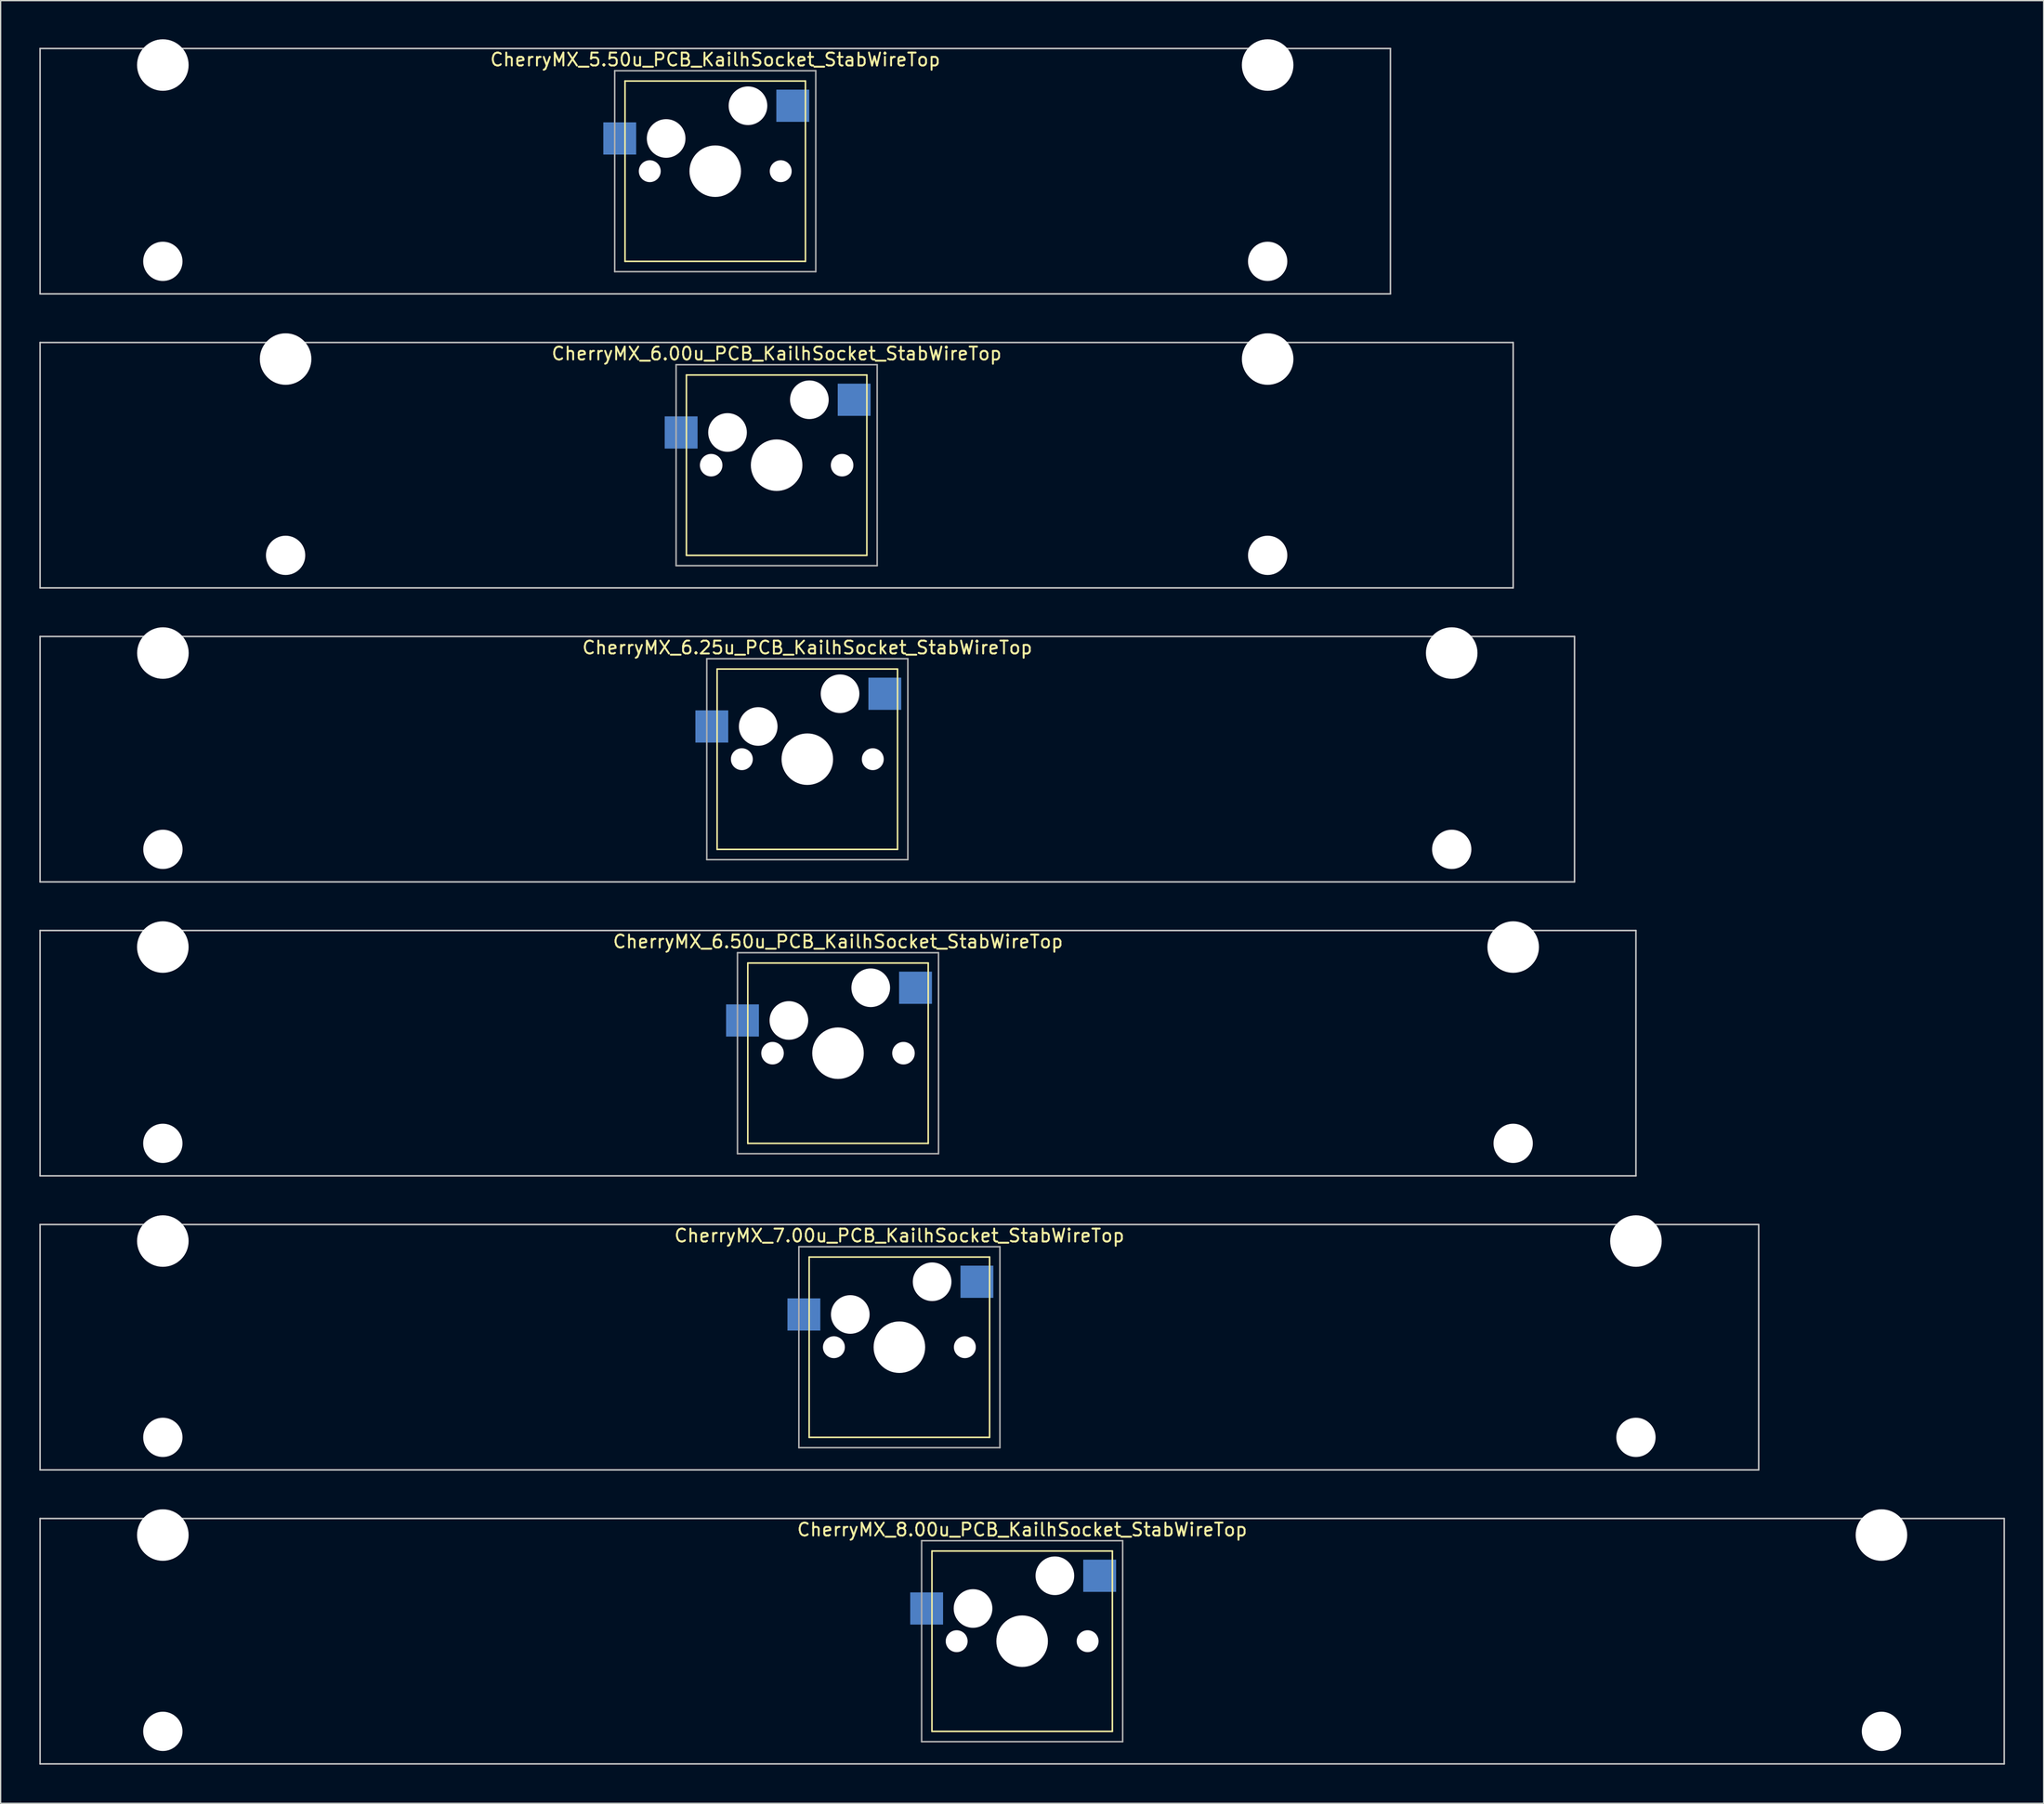
<source format=kicad_pcb>
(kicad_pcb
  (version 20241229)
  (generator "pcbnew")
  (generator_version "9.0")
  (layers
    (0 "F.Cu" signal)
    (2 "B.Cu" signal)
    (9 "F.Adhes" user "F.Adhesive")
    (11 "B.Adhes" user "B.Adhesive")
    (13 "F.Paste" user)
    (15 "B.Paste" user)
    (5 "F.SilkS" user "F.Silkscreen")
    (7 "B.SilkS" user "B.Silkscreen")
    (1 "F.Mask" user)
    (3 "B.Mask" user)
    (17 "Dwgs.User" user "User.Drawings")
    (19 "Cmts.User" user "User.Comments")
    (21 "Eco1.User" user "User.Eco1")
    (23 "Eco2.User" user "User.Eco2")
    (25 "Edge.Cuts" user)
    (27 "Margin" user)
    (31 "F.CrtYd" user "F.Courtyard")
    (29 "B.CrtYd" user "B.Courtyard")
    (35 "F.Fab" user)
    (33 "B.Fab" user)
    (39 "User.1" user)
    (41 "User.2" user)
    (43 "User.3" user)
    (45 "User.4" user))
  (footprint "CherryMX_6.50u_PCB_KailhSocket_StabWireTop"
    (layer "F.Cu")
    (at 61.972 78.715)
    (property "Reference" "CherryMX_6.50u_PCB_KailhSocket_StabWireTop" (at 0 -8.662 0) (layer "F.SilkS") (effects (font (size 1 1) (thickness 0.15))))
    (attr through_hole)
    (fp_line (start -7 -7) (end -7 7) (stroke (width 0.12) (type solid)) (layer "F.SilkS"))
    (fp_line (start -7 -7) (end 7 -7) (stroke (width 0.12) (type solid)) (layer "F.SilkS"))
    (fp_line (start 7 -7) (end 7 7) (stroke (width 0.12) (type solid)) (layer "F.SilkS"))
    (fp_line (start 7 7) (end -7 7) (stroke (width 0.12) (type solid)) (layer "F.SilkS"))
    (fp_line (start -61.913 -9.525) (end 61.913 -9.525) (stroke (width 0.12) (type solid)) (layer "Dwgs.User"))
    (fp_line (start -61.913 9.525) (end -61.913 -9.525) (stroke (width 0.12) (type solid)) (layer "Dwgs.User"))
    (fp_line (start 61.913 -9.525) (end 61.913 9.525) (stroke (width 0.12) (type solid)) (layer "Dwgs.User"))
    (fp_line (start 61.913 9.525) (end -61.913 9.525) (stroke (width 0.12) (type solid)) (layer "Dwgs.User"))
    (fp_line (start -7.8 -7.8) (end -7.8 7.8) (stroke (width 0.12) (type solid)) (layer "F.Fab"))
    (fp_line (start -7.8 -7.8) (end 7.8 -7.8) (stroke (width 0.12) (type solid)) (layer "F.Fab"))
    (fp_line (start -7.8 7.8) (end 7.8 7.8) (stroke (width 0.12) (type solid)) (layer "F.Fab"))
    (fp_line (start 7.8 -7.8) (end 7.8 7.8) (stroke (width 0.12) (type solid)) (layer "F.Fab"))
    (pad "" np_thru_hole circle (at -52.388 -8.24) (size 4 4) (drill 4) (layers "*.Cu" "*.Mask"))
    (pad "" np_thru_hole circle (at -52.388 7) (size 3.05 3.05) (drill 3.05) (layers "*.Cu" "*.Mask"))
    (pad "" np_thru_hole circle (at -5.08 0) (size 1.75 1.75) (drill 1.75) (layers "*.Cu" "*.Mask"))
    (pad "" np_thru_hole circle (at -3.81 -2.54) (size 3 3) (drill 3) (layers "*.Cu" "*.Mask"))
    (pad "" np_thru_hole circle (at 0 0) (size 4 4) (drill 4) (layers "*.Cu" "*.Mask"))
    (pad "" np_thru_hole circle (at 2.54 -5.08) (size 3 3) (drill 3) (layers "*.Cu" "*.Mask"))
    (pad "" np_thru_hole circle (at 5.08 0) (size 1.75 1.75) (drill 1.75) (layers "*.Cu" "*.Mask"))
    (pad "" np_thru_hole circle (at 52.388 -8.24) (size 4 4) (drill 4) (layers "*.Cu" "*.Mask"))
    (pad "" np_thru_hole circle (at 52.388 7) (size 3.05 3.05) (drill 3.05) (layers "*.Cu" "*.Mask"))
    (pad "1" smd rect (at -7.41 -2.54) (size 2.55 2.5) (layers "B.Cu" "B.Mask" "B.Paste"))
    (pad "2" smd rect (at 6.015 -5.08) (size 2.55 2.5) (layers "B.Cu" "B.Mask" "B.Paste")))
  (footprint "CherryMX_6.25u_PCB_KailhSocket_StabWireTop"
    (layer "F.Cu")
    (at 59.591 55.89)
    (property "Reference" "CherryMX_6.25u_PCB_KailhSocket_StabWireTop" (at 0 -8.662 0) (layer "F.SilkS") (effects (font (size 1 1) (thickness 0.15))))
    (attr through_hole)
    (fp_line (start -7 -7) (end -7 7) (stroke (width 0.12) (type solid)) (layer "F.SilkS"))
    (fp_line (start -7 -7) (end 7 -7) (stroke (width 0.12) (type solid)) (layer "F.SilkS"))
    (fp_line (start 7 -7) (end 7 7) (stroke (width 0.12) (type solid)) (layer "F.SilkS"))
    (fp_line (start 7 7) (end -7 7) (stroke (width 0.12) (type solid)) (layer "F.SilkS"))
    (fp_line (start -59.531 -9.525) (end 59.531 -9.525) (stroke (width 0.12) (type solid)) (layer "Dwgs.User"))
    (fp_line (start -59.531 9.525) (end -59.531 -9.525) (stroke (width 0.12) (type solid)) (layer "Dwgs.User"))
    (fp_line (start 59.531 -9.525) (end 59.531 9.525) (stroke (width 0.12) (type solid)) (layer "Dwgs.User"))
    (fp_line (start 59.531 9.525) (end -59.531 9.525) (stroke (width 0.12) (type solid)) (layer "Dwgs.User"))
    (fp_line (start -7.8 -7.8) (end -7.8 7.8) (stroke (width 0.12) (type solid)) (layer "F.Fab"))
    (fp_line (start -7.8 -7.8) (end 7.8 -7.8) (stroke (width 0.12) (type solid)) (layer "F.Fab"))
    (fp_line (start -7.8 7.8) (end 7.8 7.8) (stroke (width 0.12) (type solid)) (layer "F.Fab"))
    (fp_line (start 7.8 -7.8) (end 7.8 7.8) (stroke (width 0.12) (type solid)) (layer "F.Fab"))
    (pad "" np_thru_hole circle (at -50 -8.24) (size 4 4) (drill 4) (layers "*.Cu" "*.Mask"))
    (pad "" np_thru_hole circle (at -50 7) (size 3.05 3.05) (drill 3.05) (layers "*.Cu" "*.Mask"))
    (pad "" np_thru_hole circle (at -5.08 0) (size 1.7 1.7) (drill 1.7) (layers "*.Cu" "*.Mask"))
    (pad "" np_thru_hole circle (at -3.81 -2.54) (size 3 3) (drill 3) (layers "*.Cu" "*.Mask"))
    (pad "" np_thru_hole circle (at 0 0) (size 4 4) (drill 4) (layers "*.Cu" "*.Mask"))
    (pad "" np_thru_hole circle (at 2.54 -5.08) (size 3 3) (drill 3) (layers "*.Cu" "*.Mask"))
    (pad "" np_thru_hole circle (at 5.08 0) (size 1.7 1.7) (drill 1.7) (layers "*.Cu" "*.Mask"))
    (pad "" np_thru_hole circle (at 50 -8.24) (size 4 4) (drill 4) (layers "*.Cu" "*.Mask"))
    (pad "" np_thru_hole circle (at 50 7) (size 3.05 3.05) (drill 3.05) (layers "*.Cu" "*.Mask"))
    (pad "1" smd rect (at -7.41 -2.54) (size 2.55 2.5) (layers "B.Cu" "B.Mask" "B.Paste"))
    (pad "2" smd rect (at 6.015 -5.08) (size 2.55 2.5) (layers "B.Cu" "B.Mask" "B.Paste")))
  (footprint "CherryMX_5.50u_PCB_KailhSocket_StabWireTop"
    (layer "F.Cu")
    (at 52.447 10.24)
    (property "Reference" "CherryMX_5.50u_PCB_KailhSocket_StabWireTop" (at 0 -8.662 0) (layer "F.SilkS") (effects (font (size 1 1) (thickness 0.15))))
    (attr through_hole)
    (fp_line (start -7 -7) (end -7 7) (stroke (width 0.12) (type solid)) (layer "F.SilkS"))
    (fp_line (start -7 -7) (end 7 -7) (stroke (width 0.12) (type solid)) (layer "F.SilkS"))
    (fp_line (start 7 -7) (end 7 7) (stroke (width 0.12) (type solid)) (layer "F.SilkS"))
    (fp_line (start 7 7) (end -7 7) (stroke (width 0.12) (type solid)) (layer "F.SilkS"))
    (fp_line (start -52.388 -9.525) (end 52.388 -9.525) (stroke (width 0.12) (type solid)) (layer "Dwgs.User"))
    (fp_line (start -52.388 9.525) (end -52.388 -9.525) (stroke (width 0.12) (type solid)) (layer "Dwgs.User"))
    (fp_line (start 52.388 -9.525) (end 52.388 9.525) (stroke (width 0.12) (type solid)) (layer "Dwgs.User"))
    (fp_line (start 52.388 9.525) (end -52.388 9.525) (stroke (width 0.12) (type solid)) (layer "Dwgs.User"))
    (fp_line (start -7.8 -7.8) (end -7.8 7.8) (stroke (width 0.12) (type solid)) (layer "F.Fab"))
    (fp_line (start -7.8 -7.8) (end 7.8 -7.8) (stroke (width 0.12) (type solid)) (layer "F.Fab"))
    (fp_line (start -7.8 7.8) (end 7.8 7.8) (stroke (width 0.12) (type solid)) (layer "F.Fab"))
    (fp_line (start 7.8 -7.8) (end 7.8 7.8) (stroke (width 0.12) (type solid)) (layer "F.Fab"))
    (pad "" np_thru_hole circle (at -42.862 -8.24) (size 4 4) (drill 4) (layers "*.Cu" "*.Mask"))
    (pad "" np_thru_hole circle (at -42.862 7) (size 3.05 3.05) (drill 3.05) (layers "*.Cu" "*.Mask"))
    (pad "" np_thru_hole circle (at -5.08 0) (size 1.7 1.7) (drill 1.7) (layers "*.Cu" "*.Mask"))
    (pad "" np_thru_hole circle (at -3.81 -2.54) (size 3 3) (drill 3) (layers "*.Cu" "*.Mask"))
    (pad "" np_thru_hole circle (at 0 0) (size 4 4) (drill 4) (layers "*.Cu" "*.Mask"))
    (pad "" np_thru_hole circle (at 2.54 -5.08) (size 3 3) (drill 3) (layers "*.Cu" "*.Mask"))
    (pad "" np_thru_hole circle (at 5.08 0) (size 1.7 1.7) (drill 1.7) (layers "*.Cu" "*.Mask"))
    (pad "" np_thru_hole circle (at 42.862 -8.24) (size 4 4) (drill 4) (layers "*.Cu" "*.Mask"))
    (pad "" np_thru_hole circle (at 42.862 7) (size 3.05 3.05) (drill 3.05) (layers "*.Cu" "*.Mask"))
    (pad "1" smd rect (at -7.41 -2.54) (size 2.55 2.5) (layers "B.Cu" "B.Mask" "B.Paste"))
    (pad "2" smd rect (at 6.015 -5.08) (size 2.55 2.5) (layers "B.Cu" "B.Mask" "B.Paste")))
  (footprint "CherryMX_7.00u_PCB_KailhSocket_StabWireTop"
    (layer "F.Cu")
    (at 66.735 101.54)
    (property "Reference" "CherryMX_7.00u_PCB_KailhSocket_StabWireTop" (at 0 -8.662 0) (layer "F.SilkS") (effects (font (size 1 1) (thickness 0.15))))
    (attr through_hole)
    (fp_line (start -7 -7) (end -7 7) (stroke (width 0.12) (type solid)) (layer "F.SilkS"))
    (fp_line (start -7 -7) (end 7 -7) (stroke (width 0.12) (type solid)) (layer "F.SilkS"))
    (fp_line (start 7 -7) (end 7 7) (stroke (width 0.12) (type solid)) (layer "F.SilkS"))
    (fp_line (start 7 7) (end -7 7) (stroke (width 0.12) (type solid)) (layer "F.SilkS"))
    (fp_line (start -66.675 -9.525) (end 66.675 -9.525) (stroke (width 0.12) (type solid)) (layer "Dwgs.User"))
    (fp_line (start -66.675 9.525) (end -66.675 -9.525) (stroke (width 0.12) (type solid)) (layer "Dwgs.User"))
    (fp_line (start 66.675 -9.525) (end 66.675 9.525) (stroke (width 0.12) (type solid)) (layer "Dwgs.User"))
    (fp_line (start 66.675 9.525) (end -66.675 9.525) (stroke (width 0.12) (type solid)) (layer "Dwgs.User"))
    (fp_line (start -7.8 -7.8) (end -7.8 7.8) (stroke (width 0.12) (type solid)) (layer "F.Fab"))
    (fp_line (start -7.8 -7.8) (end 7.8 -7.8) (stroke (width 0.12) (type solid)) (layer "F.Fab"))
    (fp_line (start -7.8 7.8) (end 7.8 7.8) (stroke (width 0.12) (type solid)) (layer "F.Fab"))
    (fp_line (start 7.8 -7.8) (end 7.8 7.8) (stroke (width 0.12) (type solid)) (layer "F.Fab"))
    (pad "" np_thru_hole circle (at -57.15 -8.24) (size 4 4) (drill 4) (layers "*.Cu" "*.Mask"))
    (pad "" np_thru_hole circle (at -57.15 7) (size 3.05 3.05) (drill 3.05) (layers "*.Cu" "*.Mask"))
    (pad "" np_thru_hole circle (at -5.08 0) (size 1.7 1.7) (drill 1.7) (layers "*.Cu" "*.Mask"))
    (pad "" np_thru_hole circle (at -3.81 -2.54) (size 3 3) (drill 3) (layers "*.Cu" "*.Mask"))
    (pad "" np_thru_hole circle (at 0 0) (size 4 4) (drill 4) (layers "*.Cu" "*.Mask"))
    (pad "" np_thru_hole circle (at 2.54 -5.08) (size 3 3) (drill 3) (layers "*.Cu" "*.Mask"))
    (pad "" np_thru_hole circle (at 5.08 0) (size 1.7 1.7) (drill 1.7) (layers "*.Cu" "*.Mask"))
    (pad "" np_thru_hole circle (at 57.15 -8.24) (size 4 4) (drill 4) (layers "*.Cu" "*.Mask"))
    (pad "" np_thru_hole circle (at 57.15 7) (size 3.05 3.05) (drill 3.05) (layers "*.Cu" "*.Mask"))
    (pad "1" smd rect (at -7.41 -2.54) (size 2.55 2.5) (layers "B.Cu" "B.Mask" "B.Paste"))
    (pad "2" smd rect (at 6.015 -5.08) (size 2.55 2.5) (layers "B.Cu" "B.Mask" "B.Paste")))
  (footprint "CherryMX_8.00u_PCB_KailhSocket_StabWireTop"
    (layer "F.Cu")
    (at 76.26 124.365)
    (property "Reference" "CherryMX_8.00u_PCB_KailhSocket_StabWireTop" (at 0 -8.662 0) (layer "F.SilkS") (effects (font (size 1 1) (thickness 0.15))))
    (attr through_hole)
    (fp_line (start -7 -7) (end -7 7) (stroke (width 0.12) (type solid)) (layer "F.SilkS"))
    (fp_line (start -7 -7) (end 7 -7) (stroke (width 0.12) (type solid)) (layer "F.SilkS"))
    (fp_line (start 7 -7) (end 7 7) (stroke (width 0.12) (type solid)) (layer "F.SilkS"))
    (fp_line (start 7 7) (end -7 7) (stroke (width 0.12) (type solid)) (layer "F.SilkS"))
    (fp_line (start -76.2 -9.525) (end 76.2 -9.525) (stroke (width 0.12) (type solid)) (layer "Dwgs.User"))
    (fp_line (start -76.2 9.525) (end -76.2 -9.525) (stroke (width 0.12) (type solid)) (layer "Dwgs.User"))
    (fp_line (start 76.2 -9.525) (end 76.2 9.525) (stroke (width 0.12) (type solid)) (layer "Dwgs.User"))
    (fp_line (start 76.2 9.525) (end -76.2 9.525) (stroke (width 0.12) (type solid)) (layer "Dwgs.User"))
    (fp_line (start -7.8 -7.8) (end -7.8 7.8) (stroke (width 0.12) (type solid)) (layer "F.Fab"))
    (fp_line (start -7.8 -7.8) (end 7.8 -7.8) (stroke (width 0.12) (type solid)) (layer "F.Fab"))
    (fp_line (start -7.8 7.8) (end 7.8 7.8) (stroke (width 0.12) (type solid)) (layer "F.Fab"))
    (fp_line (start 7.8 -7.8) (end 7.8 7.8) (stroke (width 0.12) (type solid)) (layer "F.Fab"))
    (pad "" np_thru_hole circle (at -66.675 -8.24) (size 4 4) (drill 4) (layers "*.Cu" "*.Mask"))
    (pad "" np_thru_hole circle (at -66.675 7) (size 3.05 3.05) (drill 3.05) (layers "*.Cu" "*.Mask"))
    (pad "" np_thru_hole circle (at -5.08 0) (size 1.7 1.7) (drill 1.7) (layers "*.Cu" "*.Mask"))
    (pad "" np_thru_hole circle (at -3.81 -2.54) (size 3 3) (drill 3) (layers "*.Cu" "*.Mask"))
    (pad "" np_thru_hole circle (at 0 0) (size 4 4) (drill 4) (layers "*.Cu" "*.Mask"))
    (pad "" np_thru_hole circle (at 2.54 -5.08) (size 3 3) (drill 3) (layers "*.Cu" "*.Mask"))
    (pad "" np_thru_hole circle (at 5.08 0) (size 1.7 1.7) (drill 1.7) (layers "*.Cu" "*.Mask"))
    (pad "" np_thru_hole circle (at 66.675 -8.24) (size 4 4) (drill 4) (layers "*.Cu" "*.Mask"))
    (pad "" np_thru_hole circle (at 66.675 7) (size 3.05 3.05) (drill 3.05) (layers "*.Cu" "*.Mask"))
    (pad "1" smd rect (at -7.41 -2.54) (size 2.55 2.5) (layers "B.Cu" "B.Mask" "B.Paste"))
    (pad "2" smd rect (at 6.015 -5.08) (size 2.55 2.5) (layers "B.Cu" "B.Mask" "B.Paste")))
  (footprint "CherryMX_6.00u_PCB_KailhSocket_StabWireTop"
    (layer "F.Cu")
    (at 57.21 33.065)
    (property "Reference" "CherryMX_6.00u_PCB_KailhSocket_StabWireTop" (at 0 -8.662 0) (layer "F.SilkS") (effects (font (size 1 1) (thickness 0.15))))
    (attr through_hole)
    (fp_line (start -7 -7) (end -7 7) (stroke (width 0.12) (type solid)) (layer "F.SilkS"))
    (fp_line (start -7 -7) (end 7 -7) (stroke (width 0.12) (type solid)) (layer "F.SilkS"))
    (fp_line (start 7 -7) (end 7 7) (stroke (width 0.12) (type solid)) (layer "F.SilkS"))
    (fp_line (start 7 7) (end -7 7) (stroke (width 0.12) (type solid)) (layer "F.SilkS"))
    (fp_line (start -57.15 -9.525) (end 57.15 -9.525) (stroke (width 0.12) (type solid)) (layer "Dwgs.User"))
    (fp_line (start -57.15 9.525) (end -57.15 -9.525) (stroke (width 0.12) (type solid)) (layer "Dwgs.User"))
    (fp_line (start 57.15 -9.525) (end 57.15 9.525) (stroke (width 0.12) (type solid)) (layer "Dwgs.User"))
    (fp_line (start 57.15 9.525) (end -57.15 9.525) (stroke (width 0.12) (type solid)) (layer "Dwgs.User"))
    (fp_line (start -7.8 -7.8) (end -7.8 7.8) (stroke (width 0.12) (type solid)) (layer "F.Fab"))
    (fp_line (start -7.8 -7.8) (end 7.8 -7.8) (stroke (width 0.12) (type solid)) (layer "F.Fab"))
    (fp_line (start -7.8 7.8) (end 7.8 7.8) (stroke (width 0.12) (type solid)) (layer "F.Fab"))
    (fp_line (start 7.8 -7.8) (end 7.8 7.8) (stroke (width 0.12) (type solid)) (layer "F.Fab"))
    (pad "" np_thru_hole circle (at -38.1 -8.24) (size 4 4) (drill 4) (layers "*.Cu" "*.Mask"))
    (pad "" np_thru_hole circle (at -38.1 7) (size 3.05 3.05) (drill 3.05) (layers "*.Cu" "*.Mask"))
    (pad "" np_thru_hole circle (at -5.08 0) (size 1.75 1.75) (drill 1.75) (layers "*.Cu" "*.Mask"))
    (pad "" np_thru_hole circle (at -3.81 -2.54) (size 3 3) (drill 3) (layers "*.Cu" "*.Mask"))
    (pad "" np_thru_hole circle (at 0 0) (size 4 4) (drill 4) (layers "*.Cu" "*.Mask"))
    (pad "" np_thru_hole circle (at 2.54 -5.08) (size 3 3) (drill 3) (layers "*.Cu" "*.Mask"))
    (pad "" np_thru_hole circle (at 5.08 0) (size 1.75 1.75) (drill 1.75) (layers "*.Cu" "*.Mask"))
    (pad "" np_thru_hole circle (at 38.1 -8.24) (size 4 4) (drill 4) (layers "*.Cu" "*.Mask"))
    (pad "" np_thru_hole circle (at 38.1 7) (size 3.05 3.05) (drill 3.05) (layers "*.Cu" "*.Mask"))
    (pad "1" smd rect (at -7.41 -2.54) (size 2.55 2.5) (layers "B.Cu" "B.Mask" "B.Paste"))
    (pad "2" smd rect (at 6.015 -5.08) (size 2.55 2.5) (layers "B.Cu" "B.Mask" "B.Paste")))
  (gr_rect
    (start -3 -3)
    (end 155.52 136.95)
    (stroke (width 0.1) (type default))
    (fill no)
    (layer "Edge.Cuts")))
</source>
